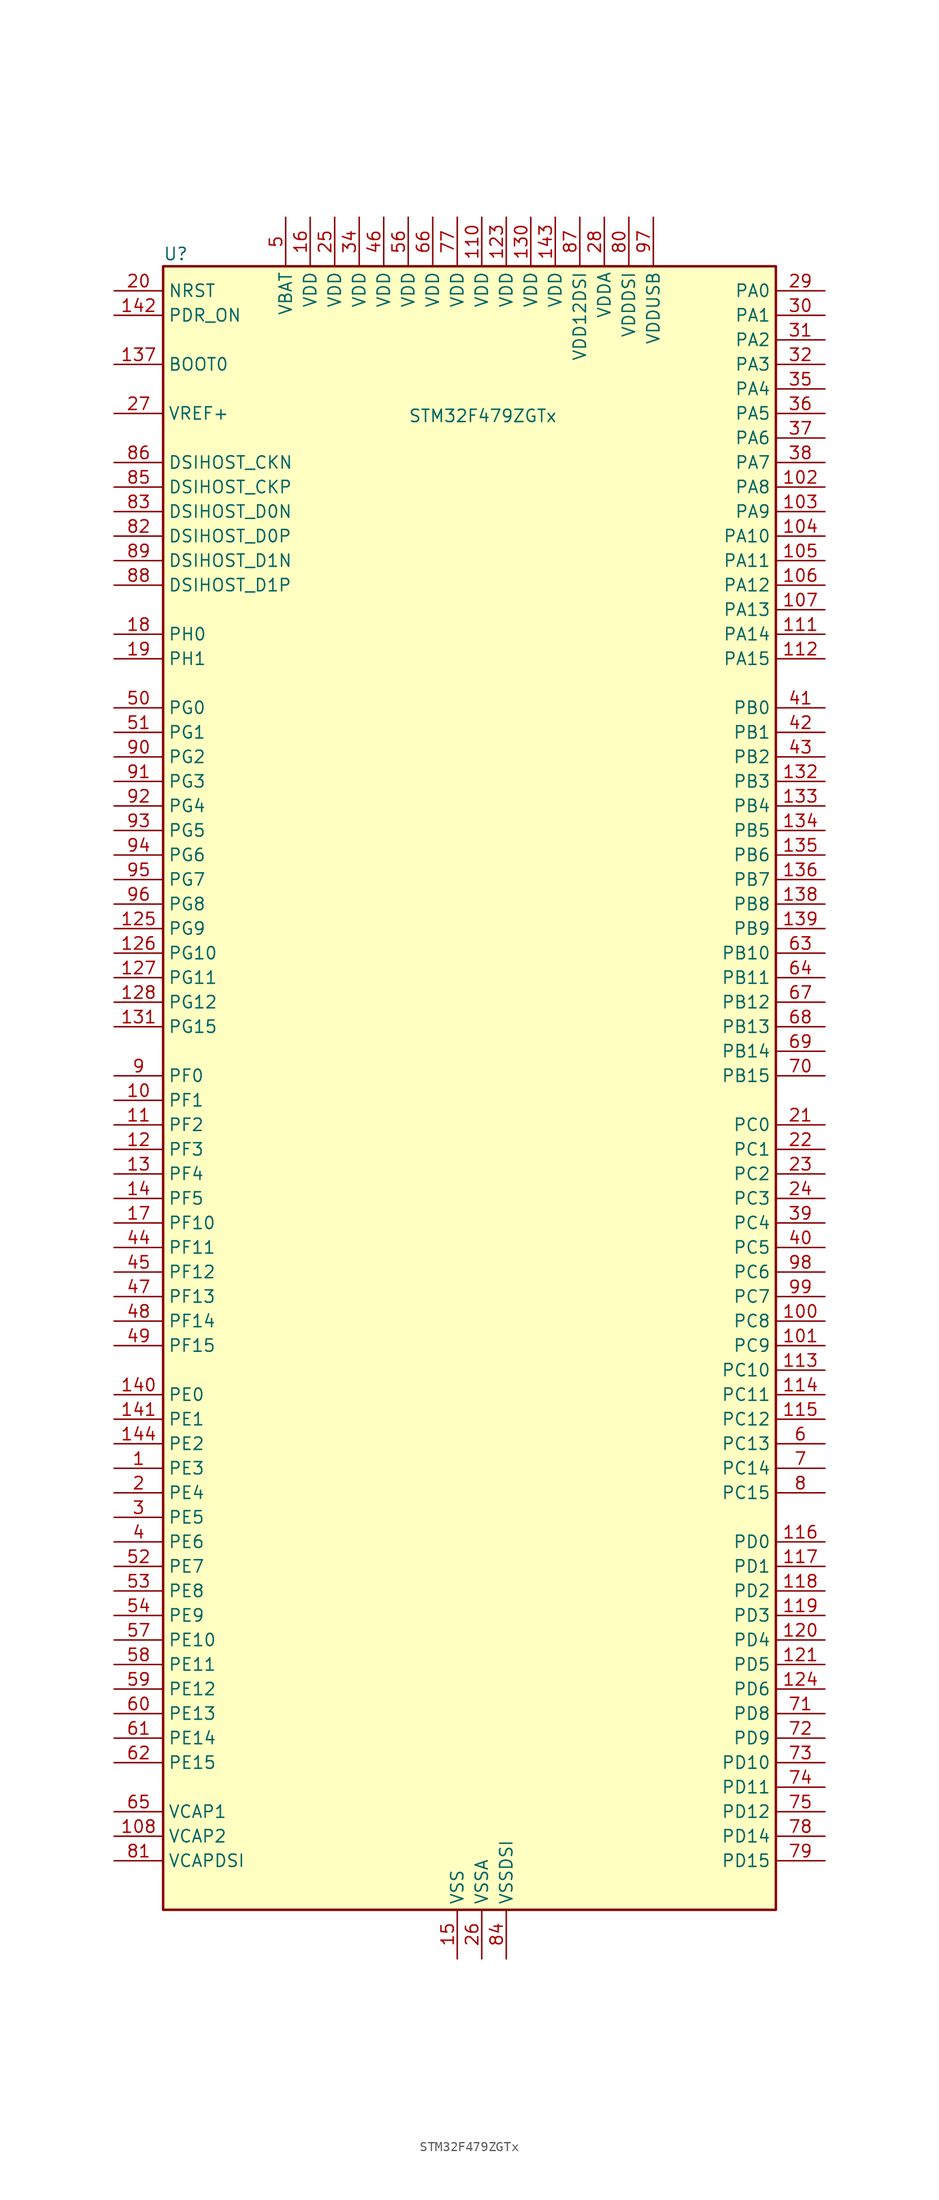
<source format=kicad_sym>
(kicad_symbol_lib
  (version 20231120)
  (generator "kicad_symbol_editor")
  (generator_version "8.0")
  (symbol "STM32F479ZGTx"
    (property "Reference" "U"
      (at -30.48 87.63 0)
      (effects (font (size 1.27 1.27)) (justify left)))
    (property "Value" "STM32F479ZGTx"
      (at -5.08 70.866 0)
      (effects (font (size 1.27 1.27)) (justify left)))
    (property "ki_locked" ""
      (at 0 0 0)
      (effects (font (size 1.27 1.27))))
    (symbol "STM32F479ZGTx_0_1"
      (rectangle (start -30.48 86.36) (end 33.02 -83.82) (stroke (width 0.254) (type default)) (fill (type background))))
    (symbol "STM32F479ZGTx_1_1"
      (pin bidirectional line (at -35.56 -38.1 0) (length 5.08) (name "PE3" (effects (font (size 1.27 1.27)))) (number "1" (effects (font (size 1.27 1.27)))) (alternate "FMC_A19" bidirectional line) (alternate "SAI1_SD_B" bidirectional line) (alternate "SYS_TRACED0" bidirectional line))
      (pin bidirectional line (at -35.56 0 0) (length 5.08) (name "PF1" (effects (font (size 1.27 1.27)))) (number "10" (effects (font (size 1.27 1.27)))) (alternate "FMC_A1" bidirectional line) (alternate "I2C2_SCL" bidirectional line))
      (pin bidirectional line (at 38.1 -22.86 180) (length 5.08) (name "PC8" (effects (font (size 1.27 1.27)))) (number "100" (effects (font (size 1.27 1.27)))) (alternate "DCMI_D2" bidirectional line) (alternate "SDIO_D0" bidirectional line) (alternate "SYS_TRACED1" bidirectional line) (alternate "TIM3_CH3" bidirectional line) (alternate "TIM8_CH3" bidirectional line) (alternate "USART6_CK" bidirectional line))
      (pin bidirectional line (at 38.1 -25.4 180) (length 5.08) (name "PC9" (effects (font (size 1.27 1.27)))) (number "101" (effects (font (size 1.27 1.27)))) (alternate "DAC_EXTI9" bidirectional line) (alternate "DCMI_D3" bidirectional line) (alternate "I2C3_SDA" bidirectional line) (alternate "I2S_CKIN" bidirectional line) (alternate "QUADSPI_BK1_IO0" bidirectional line) (alternate "RCC_MCO_2" bidirectional line) (alternate "SDIO_D1" bidirectional line) (alternate "TIM3_CH4" bidirectional line) (alternate "TIM8_CH4" bidirectional line))
      (pin bidirectional line (at 38.1 63.5 180) (length 5.08) (name "PA8" (effects (font (size 1.27 1.27)))) (number "102" (effects (font (size 1.27 1.27)))) (alternate "I2C3_SCL" bidirectional line) (alternate "LTDC_R6" bidirectional line) (alternate "RCC_MCO_1" bidirectional line) (alternate "TIM1_CH1" bidirectional line) (alternate "USART1_CK" bidirectional line) (alternate "USB_OTG_FS_SOF" bidirectional line))
      (pin bidirectional line (at 38.1 60.96 180) (length 5.08) (name "PA9" (effects (font (size 1.27 1.27)))) (number "103" (effects (font (size 1.27 1.27)))) (alternate "DAC_EXTI9" bidirectional line) (alternate "DCMI_D0" bidirectional line) (alternate "I2C3_SMBA" bidirectional line) (alternate "I2S2_CK" bidirectional line) (alternate "SPI2_SCK" bidirectional line) (alternate "TIM1_CH2" bidirectional line) (alternate "USART1_TX" bidirectional line) (alternate "USB_OTG_FS_VBUS" bidirectional line))
      (pin bidirectional line (at 38.1 58.42 180) (length 5.08) (name "PA10" (effects (font (size 1.27 1.27)))) (number "104" (effects (font (size 1.27 1.27)))) (alternate "DCMI_D1" bidirectional line) (alternate "TIM1_CH3" bidirectional line) (alternate "USART1_RX" bidirectional line) (alternate "USB_OTG_FS_ID" bidirectional line))
      (pin bidirectional line (at 38.1 55.88 180) (length 5.08) (name "PA11" (effects (font (size 1.27 1.27)))) (number "105" (effects (font (size 1.27 1.27)))) (alternate "ADC1_EXTI11" bidirectional line) (alternate "ADC2_EXTI11" bidirectional line) (alternate "ADC3_EXTI11" bidirectional line) (alternate "CAN1_RX" bidirectional line) (alternate "LTDC_R4" bidirectional line) (alternate "TIM1_CH4" bidirectional line) (alternate "USART1_CTS" bidirectional line) (alternate "USB_OTG_FS_DM" bidirectional line))
      (pin bidirectional line (at 38.1 53.34 180) (length 5.08) (name "PA12" (effects (font (size 1.27 1.27)))) (number "106" (effects (font (size 1.27 1.27)))) (alternate "CAN1_TX" bidirectional line) (alternate "LTDC_R5" bidirectional line) (alternate "TIM1_ETR" bidirectional line) (alternate "USART1_RTS" bidirectional line) (alternate "USB_OTG_FS_DP" bidirectional line))
      (pin bidirectional line (at 38.1 50.8 180) (length 5.08) (name "PA13" (effects (font (size 1.27 1.27)))) (number "107" (effects (font (size 1.27 1.27)))) (alternate "SYS_JTMS-SWDIO" bidirectional line))
      (pin power_out line (at -35.56 -76.2 0) (length 5.08) (name "VCAP2" (effects (font (size 1.27 1.27)))) (number "108" (effects (font (size 1.27 1.27)))))
      (pin passive line (at 0 -88.9 90) (length 5.08) hide (name "VSS" (effects (font (size 1.27 1.27)))) (number "109" (effects (font (size 1.27 1.27)))))
      (pin bidirectional line (at -35.56 -2.54 0) (length 5.08) (name "PF2" (effects (font (size 1.27 1.27)))) (number "11" (effects (font (size 1.27 1.27)))) (alternate "FMC_A2" bidirectional line) (alternate "I2C2_SMBA" bidirectional line))
      (pin power_in line (at 2.54 91.44 270) (length 5.08) (name "VDD" (effects (font (size 1.27 1.27)))) (number "110" (effects (font (size 1.27 1.27)))))
      (pin bidirectional line (at 38.1 48.26 180) (length 5.08) (name "PA14" (effects (font (size 1.27 1.27)))) (number "111" (effects (font (size 1.27 1.27)))) (alternate "SYS_JTCK-SWCLK" bidirectional line))
      (pin bidirectional line (at 38.1 45.72 180) (length 5.08) (name "PA15" (effects (font (size 1.27 1.27)))) (number "112" (effects (font (size 1.27 1.27)))) (alternate "ADC1_EXTI15" bidirectional line) (alternate "ADC2_EXTI15" bidirectional line) (alternate "ADC3_EXTI15" bidirectional line) (alternate "I2S3_WS" bidirectional line) (alternate "SPI1_NSS" bidirectional line) (alternate "SPI3_NSS" bidirectional line) (alternate "SYS_JTDI" bidirectional line) (alternate "TIM2_CH1" bidirectional line) (alternate "TIM2_ETR" bidirectional line))
      (pin bidirectional line (at 38.1 -27.94 180) (length 5.08) (name "PC10" (effects (font (size 1.27 1.27)))) (number "113" (effects (font (size 1.27 1.27)))) (alternate "DCMI_D8" bidirectional line) (alternate "I2S3_CK" bidirectional line) (alternate "LTDC_R2" bidirectional line) (alternate "QUADSPI_BK1_IO1" bidirectional line) (alternate "SDIO_D2" bidirectional line) (alternate "SPI3_SCK" bidirectional line) (alternate "UART4_TX" bidirectional line) (alternate "USART3_TX" bidirectional line))
      (pin bidirectional line (at 38.1 -30.48 180) (length 5.08) (name "PC11" (effects (font (size 1.27 1.27)))) (number "114" (effects (font (size 1.27 1.27)))) (alternate "ADC1_EXTI11" bidirectional line) (alternate "ADC2_EXTI11" bidirectional line) (alternate "ADC3_EXTI11" bidirectional line) (alternate "DCMI_D4" bidirectional line) (alternate "I2S3_ext_SD" bidirectional line) (alternate "QUADSPI_BK2_NCS" bidirectional line) (alternate "SDIO_D3" bidirectional line) (alternate "SPI3_MISO" bidirectional line) (alternate "UART4_RX" bidirectional line) (alternate "USART3_RX" bidirectional line))
      (pin bidirectional line (at 38.1 -33.02 180) (length 5.08) (name "PC12" (effects (font (size 1.27 1.27)))) (number "115" (effects (font (size 1.27 1.27)))) (alternate "DCMI_D9" bidirectional line) (alternate "I2S3_SD" bidirectional line) (alternate "SDIO_CK" bidirectional line) (alternate "SPI3_MOSI" bidirectional line) (alternate "SYS_TRACED3" bidirectional line) (alternate "UART5_TX" bidirectional line) (alternate "USART3_CK" bidirectional line))
      (pin bidirectional line (at 38.1 -45.72 180) (length 5.08) (name "PD0" (effects (font (size 1.27 1.27)))) (number "116" (effects (font (size 1.27 1.27)))) (alternate "CAN1_RX" bidirectional line) (alternate "FMC_D2" bidirectional line) (alternate "FMC_DA2" bidirectional line))
      (pin bidirectional line (at 38.1 -48.26 180) (length 5.08) (name "PD1" (effects (font (size 1.27 1.27)))) (number "117" (effects (font (size 1.27 1.27)))) (alternate "CAN1_TX" bidirectional line) (alternate "FMC_D3" bidirectional line) (alternate "FMC_DA3" bidirectional line))
      (pin bidirectional line (at 38.1 -50.8 180) (length 5.08) (name "PD2" (effects (font (size 1.27 1.27)))) (number "118" (effects (font (size 1.27 1.27)))) (alternate "DCMI_D11" bidirectional line) (alternate "SDIO_CMD" bidirectional line) (alternate "SYS_TRACED2" bidirectional line) (alternate "TIM3_ETR" bidirectional line) (alternate "UART5_RX" bidirectional line))
      (pin bidirectional line (at 38.1 -53.34 180) (length 5.08) (name "PD3" (effects (font (size 1.27 1.27)))) (number "119" (effects (font (size 1.27 1.27)))) (alternate "DCMI_D5" bidirectional line) (alternate "FMC_CLK" bidirectional line) (alternate "I2S2_CK" bidirectional line) (alternate "LTDC_G7" bidirectional line) (alternate "SPI2_SCK" bidirectional line) (alternate "USART2_CTS" bidirectional line))
      (pin bidirectional line (at -35.56 -5.08 0) (length 5.08) (name "PF3" (effects (font (size 1.27 1.27)))) (number "12" (effects (font (size 1.27 1.27)))) (alternate "ADC3_IN9" bidirectional line) (alternate "FMC_A3" bidirectional line))
      (pin bidirectional line (at 38.1 -55.88 180) (length 5.08) (name "PD4" (effects (font (size 1.27 1.27)))) (number "120" (effects (font (size 1.27 1.27)))) (alternate "FMC_NOE" bidirectional line) (alternate "USART2_RTS" bidirectional line))
      (pin bidirectional line (at 38.1 -58.42 180) (length 5.08) (name "PD5" (effects (font (size 1.27 1.27)))) (number "121" (effects (font (size 1.27 1.27)))) (alternate "FMC_NWE" bidirectional line) (alternate "USART2_TX" bidirectional line))
      (pin passive line (at 0 -88.9 90) (length 5.08) hide (name "VSS" (effects (font (size 1.27 1.27)))) (number "122" (effects (font (size 1.27 1.27)))))
      (pin power_in line (at 5.08 91.44 270) (length 5.08) (name "VDD" (effects (font (size 1.27 1.27)))) (number "123" (effects (font (size 1.27 1.27)))))
      (pin bidirectional line (at 38.1 -60.96 180) (length 5.08) (name "PD6" (effects (font (size 1.27 1.27)))) (number "124" (effects (font (size 1.27 1.27)))) (alternate "DCMI_D10" bidirectional line) (alternate "FMC_NWAIT" bidirectional line) (alternate "I2S3_SD" bidirectional line) (alternate "LTDC_B2" bidirectional line) (alternate "SAI1_SD_A" bidirectional line) (alternate "SPI3_MOSI" bidirectional line) (alternate "USART2_RX" bidirectional line))
      (pin bidirectional line (at -35.56 17.78 0) (length 5.08) (name "PG9" (effects (font (size 1.27 1.27)))) (number "125" (effects (font (size 1.27 1.27)))) (alternate "DAC_EXTI9" bidirectional line) (alternate "DCMI_VSYNC" bidirectional line) (alternate "FMC_NCE" bidirectional line) (alternate "FMC_NE2" bidirectional line) (alternate "QUADSPI_BK2_IO2" bidirectional line) (alternate "USART6_RX" bidirectional line))
      (pin bidirectional line (at -35.56 15.24 0) (length 5.08) (name "PG10" (effects (font (size 1.27 1.27)))) (number "126" (effects (font (size 1.27 1.27)))) (alternate "DCMI_D2" bidirectional line) (alternate "FMC_NE3" bidirectional line) (alternate "LTDC_B2" bidirectional line) (alternate "LTDC_G3" bidirectional line))
      (pin bidirectional line (at -35.56 12.7 0) (length 5.08) (name "PG11" (effects (font (size 1.27 1.27)))) (number "127" (effects (font (size 1.27 1.27)))) (alternate "ADC1_EXTI11" bidirectional line) (alternate "ADC2_EXTI11" bidirectional line) (alternate "ADC3_EXTI11" bidirectional line) (alternate "DCMI_D3" bidirectional line) (alternate "LTDC_B3" bidirectional line))
      (pin bidirectional line (at -35.56 10.16 0) (length 5.08) (name "PG12" (effects (font (size 1.27 1.27)))) (number "128" (effects (font (size 1.27 1.27)))) (alternate "FMC_NE4" bidirectional line) (alternate "LTDC_B1" bidirectional line) (alternate "LTDC_B4" bidirectional line) (alternate "USART6_RTS" bidirectional line))
      (pin passive line (at 0 -88.9 90) (length 5.08) hide (name "VSS" (effects (font (size 1.27 1.27)))) (number "129" (effects (font (size 1.27 1.27)))))
      (pin bidirectional line (at -35.56 -7.62 0) (length 5.08) (name "PF4" (effects (font (size 1.27 1.27)))) (number "13" (effects (font (size 1.27 1.27)))) (alternate "ADC3_IN14" bidirectional line) (alternate "FMC_A4" bidirectional line))
      (pin power_in line (at 7.62 91.44 270) (length 5.08) (name "VDD" (effects (font (size 1.27 1.27)))) (number "130" (effects (font (size 1.27 1.27)))))
      (pin bidirectional line (at -35.56 7.62 0) (length 5.08) (name "PG15" (effects (font (size 1.27 1.27)))) (number "131" (effects (font (size 1.27 1.27)))) (alternate "ADC1_EXTI15" bidirectional line) (alternate "ADC2_EXTI15" bidirectional line) (alternate "ADC3_EXTI15" bidirectional line) (alternate "DCMI_D13" bidirectional line) (alternate "FMC_SDNCAS" bidirectional line) (alternate "USART6_CTS" bidirectional line))
      (pin bidirectional line (at 38.1 33.02 180) (length 5.08) (name "PB3" (effects (font (size 1.27 1.27)))) (number "132" (effects (font (size 1.27 1.27)))) (alternate "I2S3_CK" bidirectional line) (alternate "SPI1_SCK" bidirectional line) (alternate "SPI3_SCK" bidirectional line) (alternate "SYS_JTDO-SWO" bidirectional line) (alternate "TIM2_CH2" bidirectional line))
      (pin bidirectional line (at 38.1 30.48 180) (length 5.08) (name "PB4" (effects (font (size 1.27 1.27)))) (number "133" (effects (font (size 1.27 1.27)))) (alternate "I2S3_ext_SD" bidirectional line) (alternate "SPI1_MISO" bidirectional line) (alternate "SPI3_MISO" bidirectional line) (alternate "SYS_JTRST" bidirectional line) (alternate "TIM3_CH1" bidirectional line))
      (pin bidirectional line (at 38.1 27.94 180) (length 5.08) (name "PB5" (effects (font (size 1.27 1.27)))) (number "134" (effects (font (size 1.27 1.27)))) (alternate "CAN2_RX" bidirectional line) (alternate "DCMI_D10" bidirectional line) (alternate "FMC_SDCKE1" bidirectional line) (alternate "I2C1_SMBA" bidirectional line) (alternate "I2S3_SD" bidirectional line) (alternate "LTDC_G7" bidirectional line) (alternate "SPI1_MOSI" bidirectional line) (alternate "SPI3_MOSI" bidirectional line) (alternate "TIM3_CH2" bidirectional line) (alternate "USB_OTG_HS_ULPI_D7" bidirectional line))
      (pin bidirectional line (at 38.1 25.4 180) (length 5.08) (name "PB6" (effects (font (size 1.27 1.27)))) (number "135" (effects (font (size 1.27 1.27)))) (alternate "CAN2_TX" bidirectional line) (alternate "DCMI_D5" bidirectional line) (alternate "FMC_SDNE1" bidirectional line) (alternate "I2C1_SCL" bidirectional line) (alternate "QUADSPI_BK1_NCS" bidirectional line) (alternate "TIM4_CH1" bidirectional line) (alternate "USART1_TX" bidirectional line))
      (pin bidirectional line (at 38.1 22.86 180) (length 5.08) (name "PB7" (effects (font (size 1.27 1.27)))) (number "136" (effects (font (size 1.27 1.27)))) (alternate "DCMI_VSYNC" bidirectional line) (alternate "FMC_NL" bidirectional line) (alternate "I2C1_SDA" bidirectional line) (alternate "TIM4_CH2" bidirectional line) (alternate "USART1_RX" bidirectional line))
      (pin input line (at -35.56 76.2 0) (length 5.08) (name "BOOT0" (effects (font (size 1.27 1.27)))) (number "137" (effects (font (size 1.27 1.27)))))
      (pin bidirectional line (at 38.1 20.32 180) (length 5.08) (name "PB8" (effects (font (size 1.27 1.27)))) (number "138" (effects (font (size 1.27 1.27)))) (alternate "CAN1_RX" bidirectional line) (alternate "DCMI_D6" bidirectional line) (alternate "I2C1_SCL" bidirectional line) (alternate "LTDC_B6" bidirectional line) (alternate "SDIO_D4" bidirectional line) (alternate "TIM10_CH1" bidirectional line) (alternate "TIM4_CH3" bidirectional line))
      (pin bidirectional line (at 38.1 17.78 180) (length 5.08) (name "PB9" (effects (font (size 1.27 1.27)))) (number "139" (effects (font (size 1.27 1.27)))) (alternate "CAN1_TX" bidirectional line) (alternate "DAC_EXTI9" bidirectional line) (alternate "DCMI_D7" bidirectional line) (alternate "I2C1_SDA" bidirectional line) (alternate "I2S2_WS" bidirectional line) (alternate "LTDC_B7" bidirectional line) (alternate "SDIO_D5" bidirectional line) (alternate "SPI2_NSS" bidirectional line) (alternate "TIM11_CH1" bidirectional line) (alternate "TIM4_CH4" bidirectional line))
      (pin bidirectional line (at -35.56 -10.16 0) (length 5.08) (name "PF5" (effects (font (size 1.27 1.27)))) (number "14" (effects (font (size 1.27 1.27)))) (alternate "ADC3_IN15" bidirectional line) (alternate "FMC_A5" bidirectional line))
      (pin bidirectional line (at -35.56 -30.48 0) (length 5.08) (name "PE0" (effects (font (size 1.27 1.27)))) (number "140" (effects (font (size 1.27 1.27)))) (alternate "DCMI_D2" bidirectional line) (alternate "FMC_NBL0" bidirectional line) (alternate "TIM4_ETR" bidirectional line) (alternate "UART8_RX" bidirectional line))
      (pin bidirectional line (at -35.56 -33.02 0) (length 5.08) (name "PE1" (effects (font (size 1.27 1.27)))) (number "141" (effects (font (size 1.27 1.27)))) (alternate "DCMI_D3" bidirectional line) (alternate "FMC_NBL1" bidirectional line) (alternate "UART8_TX" bidirectional line))
      (pin input line (at -35.56 81.28 0) (length 5.08) (name "PDR_ON" (effects (font (size 1.27 1.27)))) (number "142" (effects (font (size 1.27 1.27)))))
      (pin power_in line (at 10.16 91.44 270) (length 5.08) (name "VDD" (effects (font (size 1.27 1.27)))) (number "143" (effects (font (size 1.27 1.27)))))
      (pin bidirectional line (at -35.56 -35.56 0) (length 5.08) (name "PE2" (effects (font (size 1.27 1.27)))) (number "144" (effects (font (size 1.27 1.27)))) (alternate "FMC_A23" bidirectional line) (alternate "QUADSPI_BK1_IO2" bidirectional line) (alternate "SAI1_MCLK_A" bidirectional line) (alternate "SPI4_SCK" bidirectional line) (alternate "SYS_TRACECLK" bidirectional line))
      (pin power_in line (at 0 -88.9 90) (length 5.08) (name "VSS" (effects (font (size 1.27 1.27)))) (number "15" (effects (font (size 1.27 1.27)))))
      (pin power_in line (at -15.24 91.44 270) (length 5.08) (name "VDD" (effects (font (size 1.27 1.27)))) (number "16" (effects (font (size 1.27 1.27)))))
      (pin bidirectional line (at -35.56 -12.7 0) (length 5.08) (name "PF10" (effects (font (size 1.27 1.27)))) (number "17" (effects (font (size 1.27 1.27)))) (alternate "ADC3_IN8" bidirectional line) (alternate "DCMI_D11" bidirectional line) (alternate "LTDC_DE" bidirectional line) (alternate "QUADSPI_CLK" bidirectional line))
      (pin bidirectional line (at -35.56 48.26 0) (length 5.08) (name "PH0" (effects (font (size 1.27 1.27)))) (number "18" (effects (font (size 1.27 1.27)))) (alternate "RCC_OSC_IN" bidirectional line))
      (pin bidirectional line (at -35.56 45.72 0) (length 5.08) (name "PH1" (effects (font (size 1.27 1.27)))) (number "19" (effects (font (size 1.27 1.27)))) (alternate "RCC_OSC_OUT" bidirectional line))
      (pin bidirectional line (at -35.56 -40.64 0) (length 5.08) (name "PE4" (effects (font (size 1.27 1.27)))) (number "2" (effects (font (size 1.27 1.27)))) (alternate "DCMI_D4" bidirectional line) (alternate "FMC_A20" bidirectional line) (alternate "LTDC_B0" bidirectional line) (alternate "SAI1_FS_A" bidirectional line) (alternate "SPI4_NSS" bidirectional line) (alternate "SYS_TRACED1" bidirectional line))
      (pin input line (at -35.56 83.82 0) (length 5.08) (name "NRST" (effects (font (size 1.27 1.27)))) (number "20" (effects (font (size 1.27 1.27)))))
      (pin bidirectional line (at 38.1 -2.54 180) (length 5.08) (name "PC0" (effects (font (size 1.27 1.27)))) (number "21" (effects (font (size 1.27 1.27)))) (alternate "ADC1_IN10" bidirectional line) (alternate "ADC2_IN10" bidirectional line) (alternate "ADC3_IN10" bidirectional line) (alternate "FMC_SDNWE" bidirectional line) (alternate "LTDC_R5" bidirectional line) (alternate "USB_OTG_HS_ULPI_STP" bidirectional line))
      (pin bidirectional line (at 38.1 -5.08 180) (length 5.08) (name "PC1" (effects (font (size 1.27 1.27)))) (number "22" (effects (font (size 1.27 1.27)))) (alternate "ADC1_IN11" bidirectional line) (alternate "ADC2_IN11" bidirectional line) (alternate "ADC3_IN11" bidirectional line) (alternate "I2S2_SD" bidirectional line) (alternate "SAI1_SD_A" bidirectional line) (alternate "SPI2_MOSI" bidirectional line) (alternate "SYS_TRACED0" bidirectional line))
      (pin bidirectional line (at 38.1 -7.62 180) (length 5.08) (name "PC2" (effects (font (size 1.27 1.27)))) (number "23" (effects (font (size 1.27 1.27)))) (alternate "ADC1_IN12" bidirectional line) (alternate "ADC2_IN12" bidirectional line) (alternate "ADC3_IN12" bidirectional line) (alternate "FMC_SDNE0" bidirectional line) (alternate "I2S2_ext_SD" bidirectional line) (alternate "SPI2_MISO" bidirectional line) (alternate "USB_OTG_HS_ULPI_DIR" bidirectional line))
      (pin bidirectional line (at 38.1 -10.16 180) (length 5.08) (name "PC3" (effects (font (size 1.27 1.27)))) (number "24" (effects (font (size 1.27 1.27)))) (alternate "ADC1_IN13" bidirectional line) (alternate "ADC2_IN13" bidirectional line) (alternate "ADC3_IN13" bidirectional line) (alternate "FMC_SDCKE0" bidirectional line) (alternate "I2S2_SD" bidirectional line) (alternate "SPI2_MOSI" bidirectional line) (alternate "USB_OTG_HS_ULPI_NXT" bidirectional line))
      (pin power_in line (at -12.7 91.44 270) (length 5.08) (name "VDD" (effects (font (size 1.27 1.27)))) (number "25" (effects (font (size 1.27 1.27)))))
      (pin power_in line (at 2.54 -88.9 90) (length 5.08) (name "VSSA" (effects (font (size 1.27 1.27)))) (number "26" (effects (font (size 1.27 1.27)))))
      (pin input line (at -35.56 71.12 0) (length 5.08) (name "VREF+" (effects (font (size 1.27 1.27)))) (number "27" (effects (font (size 1.27 1.27)))))
      (pin power_in line (at 15.24 91.44 270) (length 5.08) (name "VDDA" (effects (font (size 1.27 1.27)))) (number "28" (effects (font (size 1.27 1.27)))))
      (pin bidirectional line (at 38.1 83.82 180) (length 5.08) (name "PA0" (effects (font (size 1.27 1.27)))) (number "29" (effects (font (size 1.27 1.27)))) (alternate "ADC1_IN0" bidirectional line) (alternate "ADC2_IN0" bidirectional line) (alternate "ADC3_IN0" bidirectional line) (alternate "SYS_WKUP" bidirectional line) (alternate "TIM2_CH1" bidirectional line) (alternate "TIM2_ETR" bidirectional line) (alternate "TIM5_CH1" bidirectional line) (alternate "TIM8_ETR" bidirectional line) (alternate "UART4_TX" bidirectional line) (alternate "USART2_CTS" bidirectional line))
      (pin bidirectional line (at -35.56 -43.18 0) (length 5.08) (name "PE5" (effects (font (size 1.27 1.27)))) (number "3" (effects (font (size 1.27 1.27)))) (alternate "DCMI_D6" bidirectional line) (alternate "FMC_A21" bidirectional line) (alternate "LTDC_G0" bidirectional line) (alternate "SAI1_SCK_A" bidirectional line) (alternate "SPI4_MISO" bidirectional line) (alternate "SYS_TRACED2" bidirectional line) (alternate "TIM9_CH1" bidirectional line))
      (pin bidirectional line (at 38.1 81.28 180) (length 5.08) (name "PA1" (effects (font (size 1.27 1.27)))) (number "30" (effects (font (size 1.27 1.27)))) (alternate "ADC1_IN1" bidirectional line) (alternate "ADC2_IN1" bidirectional line) (alternate "ADC3_IN1" bidirectional line) (alternate "LTDC_R2" bidirectional line) (alternate "QUADSPI_BK1_IO3" bidirectional line) (alternate "TIM2_CH2" bidirectional line) (alternate "TIM5_CH2" bidirectional line) (alternate "UART4_RX" bidirectional line) (alternate "USART2_RTS" bidirectional line))
      (pin bidirectional line (at 38.1 78.74 180) (length 5.08) (name "PA2" (effects (font (size 1.27 1.27)))) (number "31" (effects (font (size 1.27 1.27)))) (alternate "ADC1_IN2" bidirectional line) (alternate "ADC2_IN2" bidirectional line) (alternate "ADC3_IN2" bidirectional line) (alternate "LTDC_R1" bidirectional line) (alternate "TIM2_CH3" bidirectional line) (alternate "TIM5_CH3" bidirectional line) (alternate "TIM9_CH1" bidirectional line) (alternate "USART2_TX" bidirectional line))
      (pin bidirectional line (at 38.1 76.2 180) (length 5.08) (name "PA3" (effects (font (size 1.27 1.27)))) (number "32" (effects (font (size 1.27 1.27)))) (alternate "ADC1_IN3" bidirectional line) (alternate "ADC2_IN3" bidirectional line) (alternate "ADC3_IN3" bidirectional line) (alternate "LTDC_B2" bidirectional line) (alternate "LTDC_B5" bidirectional line) (alternate "TIM2_CH4" bidirectional line) (alternate "TIM5_CH4" bidirectional line) (alternate "TIM9_CH2" bidirectional line) (alternate "USART2_RX" bidirectional line) (alternate "USB_OTG_HS_ULPI_D0" bidirectional line))
      (pin passive line (at 0 -88.9 90) (length 5.08) hide (name "VSS" (effects (font (size 1.27 1.27)))) (number "33" (effects (font (size 1.27 1.27)))))
      (pin power_in line (at -10.16 91.44 270) (length 5.08) (name "VDD" (effects (font (size 1.27 1.27)))) (number "34" (effects (font (size 1.27 1.27)))))
      (pin bidirectional line (at 38.1 73.66 180) (length 5.08) (name "PA4" (effects (font (size 1.27 1.27)))) (number "35" (effects (font (size 1.27 1.27)))) (alternate "ADC1_IN4" bidirectional line) (alternate "ADC2_IN4" bidirectional line) (alternate "DAC_OUT1" bidirectional line) (alternate "DCMI_HSYNC" bidirectional line) (alternate "I2S3_WS" bidirectional line) (alternate "LTDC_VSYNC" bidirectional line) (alternate "SPI1_NSS" bidirectional line) (alternate "SPI3_NSS" bidirectional line) (alternate "USART2_CK" bidirectional line) (alternate "USB_OTG_HS_SOF" bidirectional line))
      (pin bidirectional line (at 38.1 71.12 180) (length 5.08) (name "PA5" (effects (font (size 1.27 1.27)))) (number "36" (effects (font (size 1.27 1.27)))) (alternate "ADC1_IN5" bidirectional line) (alternate "ADC2_IN5" bidirectional line) (alternate "DAC_OUT2" bidirectional line) (alternate "LTDC_R4" bidirectional line) (alternate "SPI1_SCK" bidirectional line) (alternate "TIM2_CH1" bidirectional line) (alternate "TIM2_ETR" bidirectional line) (alternate "TIM8_CH1N" bidirectional line) (alternate "USB_OTG_HS_ULPI_CK" bidirectional line))
      (pin bidirectional line (at 38.1 68.58 180) (length 5.08) (name "PA6" (effects (font (size 1.27 1.27)))) (number "37" (effects (font (size 1.27 1.27)))) (alternate "ADC1_IN6" bidirectional line) (alternate "ADC2_IN6" bidirectional line) (alternate "DCMI_PIXCLK" bidirectional line) (alternate "LTDC_G2" bidirectional line) (alternate "SPI1_MISO" bidirectional line) (alternate "TIM13_CH1" bidirectional line) (alternate "TIM1_BKIN" bidirectional line) (alternate "TIM3_CH1" bidirectional line) (alternate "TIM8_BKIN" bidirectional line))
      (pin bidirectional line (at 38.1 66.04 180) (length 5.08) (name "PA7" (effects (font (size 1.27 1.27)))) (number "38" (effects (font (size 1.27 1.27)))) (alternate "ADC1_IN7" bidirectional line) (alternate "ADC2_IN7" bidirectional line) (alternate "FMC_SDNWE" bidirectional line) (alternate "QUADSPI_CLK" bidirectional line) (alternate "SPI1_MOSI" bidirectional line) (alternate "TIM14_CH1" bidirectional line) (alternate "TIM1_CH1N" bidirectional line) (alternate "TIM3_CH2" bidirectional line) (alternate "TIM8_CH1N" bidirectional line))
      (pin bidirectional line (at 38.1 -12.7 180) (length 5.08) (name "PC4" (effects (font (size 1.27 1.27)))) (number "39" (effects (font (size 1.27 1.27)))) (alternate "ADC1_IN14" bidirectional line) (alternate "ADC2_IN14" bidirectional line) (alternate "FMC_SDNE0" bidirectional line))
      (pin bidirectional line (at -35.56 -45.72 0) (length 5.08) (name "PE6" (effects (font (size 1.27 1.27)))) (number "4" (effects (font (size 1.27 1.27)))) (alternate "DCMI_D7" bidirectional line) (alternate "FMC_A22" bidirectional line) (alternate "LTDC_G1" bidirectional line) (alternate "SAI1_SD_A" bidirectional line) (alternate "SPI4_MOSI" bidirectional line) (alternate "SYS_TRACED3" bidirectional line) (alternate "TIM9_CH2" bidirectional line))
      (pin bidirectional line (at 38.1 -15.24 180) (length 5.08) (name "PC5" (effects (font (size 1.27 1.27)))) (number "40" (effects (font (size 1.27 1.27)))) (alternate "ADC1_IN15" bidirectional line) (alternate "ADC2_IN15" bidirectional line) (alternate "FMC_SDCKE0" bidirectional line))
      (pin bidirectional line (at 38.1 40.64 180) (length 5.08) (name "PB0" (effects (font (size 1.27 1.27)))) (number "41" (effects (font (size 1.27 1.27)))) (alternate "ADC1_IN8" bidirectional line) (alternate "ADC2_IN8" bidirectional line) (alternate "LTDC_G1" bidirectional line) (alternate "LTDC_R3" bidirectional line) (alternate "TIM1_CH2N" bidirectional line) (alternate "TIM3_CH3" bidirectional line) (alternate "TIM8_CH2N" bidirectional line) (alternate "USB_OTG_HS_ULPI_D1" bidirectional line))
      (pin bidirectional line (at 38.1 38.1 180) (length 5.08) (name "PB1" (effects (font (size 1.27 1.27)))) (number "42" (effects (font (size 1.27 1.27)))) (alternate "ADC1_IN9" bidirectional line) (alternate "ADC2_IN9" bidirectional line) (alternate "LTDC_G0" bidirectional line) (alternate "LTDC_R6" bidirectional line) (alternate "TIM1_CH3N" bidirectional line) (alternate "TIM3_CH4" bidirectional line) (alternate "TIM8_CH3N" bidirectional line) (alternate "USB_OTG_HS_ULPI_D2" bidirectional line))
      (pin bidirectional line (at 38.1 35.56 180) (length 5.08) (name "PB2" (effects (font (size 1.27 1.27)))) (number "43" (effects (font (size 1.27 1.27)))))
      (pin bidirectional line (at -35.56 -15.24 0) (length 5.08) (name "PF11" (effects (font (size 1.27 1.27)))) (number "44" (effects (font (size 1.27 1.27)))) (alternate "ADC1_EXTI11" bidirectional line) (alternate "ADC2_EXTI11" bidirectional line) (alternate "ADC3_EXTI11" bidirectional line) (alternate "DCMI_D12" bidirectional line) (alternate "FMC_SDNRAS" bidirectional line))
      (pin bidirectional line (at -35.56 -17.78 0) (length 5.08) (name "PF12" (effects (font (size 1.27 1.27)))) (number "45" (effects (font (size 1.27 1.27)))) (alternate "FMC_A6" bidirectional line))
      (pin power_in line (at -7.62 91.44 270) (length 5.08) (name "VDD" (effects (font (size 1.27 1.27)))) (number "46" (effects (font (size 1.27 1.27)))))
      (pin bidirectional line (at -35.56 -20.32 0) (length 5.08) (name "PF13" (effects (font (size 1.27 1.27)))) (number "47" (effects (font (size 1.27 1.27)))) (alternate "FMC_A7" bidirectional line))
      (pin bidirectional line (at -35.56 -22.86 0) (length 5.08) (name "PF14" (effects (font (size 1.27 1.27)))) (number "48" (effects (font (size 1.27 1.27)))) (alternate "FMC_A8" bidirectional line))
      (pin bidirectional line (at -35.56 -25.4 0) (length 5.08) (name "PF15" (effects (font (size 1.27 1.27)))) (number "49" (effects (font (size 1.27 1.27)))) (alternate "ADC1_EXTI15" bidirectional line) (alternate "ADC2_EXTI15" bidirectional line) (alternate "ADC3_EXTI15" bidirectional line) (alternate "FMC_A9" bidirectional line))
      (pin power_in line (at -17.78 91.44 270) (length 5.08) (name "VBAT" (effects (font (size 1.27 1.27)))) (number "5" (effects (font (size 1.27 1.27)))))
      (pin bidirectional line (at -35.56 40.64 0) (length 5.08) (name "PG0" (effects (font (size 1.27 1.27)))) (number "50" (effects (font (size 1.27 1.27)))) (alternate "FMC_A10" bidirectional line))
      (pin bidirectional line (at -35.56 38.1 0) (length 5.08) (name "PG1" (effects (font (size 1.27 1.27)))) (number "51" (effects (font (size 1.27 1.27)))) (alternate "FMC_A11" bidirectional line))
      (pin bidirectional line (at -35.56 -48.26 0) (length 5.08) (name "PE7" (effects (font (size 1.27 1.27)))) (number "52" (effects (font (size 1.27 1.27)))) (alternate "FMC_D4" bidirectional line) (alternate "FMC_DA4" bidirectional line) (alternate "QUADSPI_BK2_IO0" bidirectional line) (alternate "TIM1_ETR" bidirectional line) (alternate "UART7_RX" bidirectional line))
      (pin bidirectional line (at -35.56 -50.8 0) (length 5.08) (name "PE8" (effects (font (size 1.27 1.27)))) (number "53" (effects (font (size 1.27 1.27)))) (alternate "FMC_D5" bidirectional line) (alternate "FMC_DA5" bidirectional line) (alternate "QUADSPI_BK2_IO1" bidirectional line) (alternate "TIM1_CH1N" bidirectional line) (alternate "UART7_TX" bidirectional line))
      (pin bidirectional line (at -35.56 -53.34 0) (length 5.08) (name "PE9" (effects (font (size 1.27 1.27)))) (number "54" (effects (font (size 1.27 1.27)))) (alternate "DAC_EXTI9" bidirectional line) (alternate "FMC_D6" bidirectional line) (alternate "FMC_DA6" bidirectional line) (alternate "QUADSPI_BK2_IO2" bidirectional line) (alternate "TIM1_CH1" bidirectional line))
      (pin passive line (at 0 -88.9 90) (length 5.08) hide (name "VSS" (effects (font (size 1.27 1.27)))) (number "55" (effects (font (size 1.27 1.27)))))
      (pin power_in line (at -5.08 91.44 270) (length 5.08) (name "VDD" (effects (font (size 1.27 1.27)))) (number "56" (effects (font (size 1.27 1.27)))))
      (pin bidirectional line (at -35.56 -55.88 0) (length 5.08) (name "PE10" (effects (font (size 1.27 1.27)))) (number "57" (effects (font (size 1.27 1.27)))) (alternate "FMC_D7" bidirectional line) (alternate "FMC_DA7" bidirectional line) (alternate "QUADSPI_BK2_IO3" bidirectional line) (alternate "TIM1_CH2N" bidirectional line))
      (pin bidirectional line (at -35.56 -58.42 0) (length 5.08) (name "PE11" (effects (font (size 1.27 1.27)))) (number "58" (effects (font (size 1.27 1.27)))) (alternate "ADC1_EXTI11" bidirectional line) (alternate "ADC2_EXTI11" bidirectional line) (alternate "ADC3_EXTI11" bidirectional line) (alternate "FMC_D8" bidirectional line) (alternate "FMC_DA8" bidirectional line) (alternate "LTDC_G3" bidirectional line) (alternate "SPI4_NSS" bidirectional line) (alternate "TIM1_CH2" bidirectional line))
      (pin bidirectional line (at -35.56 -60.96 0) (length 5.08) (name "PE12" (effects (font (size 1.27 1.27)))) (number "59" (effects (font (size 1.27 1.27)))) (alternate "FMC_D9" bidirectional line) (alternate "FMC_DA9" bidirectional line) (alternate "LTDC_B4" bidirectional line) (alternate "SPI4_SCK" bidirectional line) (alternate "TIM1_CH3N" bidirectional line))
      (pin bidirectional line (at 38.1 -35.56 180) (length 5.08) (name "PC13" (effects (font (size 1.27 1.27)))) (number "6" (effects (font (size 1.27 1.27)))) (alternate "RTC_AF1" bidirectional line))
      (pin bidirectional line (at -35.56 -63.5 0) (length 5.08) (name "PE13" (effects (font (size 1.27 1.27)))) (number "60" (effects (font (size 1.27 1.27)))) (alternate "FMC_D10" bidirectional line) (alternate "FMC_DA10" bidirectional line) (alternate "LTDC_DE" bidirectional line) (alternate "SPI4_MISO" bidirectional line) (alternate "TIM1_CH3" bidirectional line))
      (pin bidirectional line (at -35.56 -66.04 0) (length 5.08) (name "PE14" (effects (font (size 1.27 1.27)))) (number "61" (effects (font (size 1.27 1.27)))) (alternate "FMC_D11" bidirectional line) (alternate "FMC_DA11" bidirectional line) (alternate "LTDC_CLK" bidirectional line) (alternate "SPI4_MOSI" bidirectional line) (alternate "TIM1_CH4" bidirectional line))
      (pin bidirectional line (at -35.56 -68.58 0) (length 5.08) (name "PE15" (effects (font (size 1.27 1.27)))) (number "62" (effects (font (size 1.27 1.27)))) (alternate "ADC1_EXTI15" bidirectional line) (alternate "ADC2_EXTI15" bidirectional line) (alternate "ADC3_EXTI15" bidirectional line) (alternate "FMC_D12" bidirectional line) (alternate "FMC_DA12" bidirectional line) (alternate "LTDC_R7" bidirectional line) (alternate "TIM1_BKIN" bidirectional line))
      (pin bidirectional line (at 38.1 15.24 180) (length 5.08) (name "PB10" (effects (font (size 1.27 1.27)))) (number "63" (effects (font (size 1.27 1.27)))) (alternate "I2C2_SCL" bidirectional line) (alternate "I2S2_CK" bidirectional line) (alternate "LTDC_G4" bidirectional line) (alternate "QUADSPI_BK1_NCS" bidirectional line) (alternate "SPI2_SCK" bidirectional line) (alternate "TIM2_CH3" bidirectional line) (alternate "USART3_TX" bidirectional line) (alternate "USB_OTG_HS_ULPI_D3" bidirectional line))
      (pin bidirectional line (at 38.1 12.7 180) (length 5.08) (name "PB11" (effects (font (size 1.27 1.27)))) (number "64" (effects (font (size 1.27 1.27)))) (alternate "ADC1_EXTI11" bidirectional line) (alternate "ADC2_EXTI11" bidirectional line) (alternate "ADC3_EXTI11" bidirectional line) (alternate "DSIHOST_TE" bidirectional line) (alternate "I2C2_SDA" bidirectional line) (alternate "LTDC_G5" bidirectional line) (alternate "TIM2_CH4" bidirectional line) (alternate "USART3_RX" bidirectional line) (alternate "USB_OTG_HS_ULPI_D4" bidirectional line))
      (pin power_out line (at -35.56 -73.66 0) (length 5.08) (name "VCAP1" (effects (font (size 1.27 1.27)))) (number "65" (effects (font (size 1.27 1.27)))))
      (pin power_in line (at -2.54 91.44 270) (length 5.08) (name "VDD" (effects (font (size 1.27 1.27)))) (number "66" (effects (font (size 1.27 1.27)))))
      (pin bidirectional line (at 38.1 10.16 180) (length 5.08) (name "PB12" (effects (font (size 1.27 1.27)))) (number "67" (effects (font (size 1.27 1.27)))) (alternate "CAN2_RX" bidirectional line) (alternate "I2C2_SMBA" bidirectional line) (alternate "I2S2_WS" bidirectional line) (alternate "SPI2_NSS" bidirectional line) (alternate "TIM1_BKIN" bidirectional line) (alternate "USART3_CK" bidirectional line) (alternate "USB_OTG_HS_ID" bidirectional line) (alternate "USB_OTG_HS_ULPI_D5" bidirectional line))
      (pin bidirectional line (at 38.1 7.62 180) (length 5.08) (name "PB13" (effects (font (size 1.27 1.27)))) (number "68" (effects (font (size 1.27 1.27)))) (alternate "CAN2_TX" bidirectional line) (alternate "I2S2_CK" bidirectional line) (alternate "SPI2_SCK" bidirectional line) (alternate "TIM1_CH1N" bidirectional line) (alternate "USART3_CTS" bidirectional line) (alternate "USB_OTG_HS_ULPI_D6" bidirectional line) (alternate "USB_OTG_HS_VBUS" bidirectional line))
      (pin bidirectional line (at 38.1 5.08 180) (length 5.08) (name "PB14" (effects (font (size 1.27 1.27)))) (number "69" (effects (font (size 1.27 1.27)))) (alternate "I2S2_ext_SD" bidirectional line) (alternate "SPI2_MISO" bidirectional line) (alternate "TIM12_CH1" bidirectional line) (alternate "TIM1_CH2N" bidirectional line) (alternate "TIM8_CH2N" bidirectional line) (alternate "USART3_RTS" bidirectional line) (alternate "USB_OTG_HS_DM" bidirectional line))
      (pin bidirectional line (at 38.1 -38.1 180) (length 5.08) (name "PC14" (effects (font (size 1.27 1.27)))) (number "7" (effects (font (size 1.27 1.27)))) (alternate "RCC_OSC32_IN" bidirectional line))
      (pin bidirectional line (at 38.1 2.54 180) (length 5.08) (name "PB15" (effects (font (size 1.27 1.27)))) (number "70" (effects (font (size 1.27 1.27)))) (alternate "ADC1_EXTI15" bidirectional line) (alternate "ADC2_EXTI15" bidirectional line) (alternate "ADC3_EXTI15" bidirectional line) (alternate "I2S2_SD" bidirectional line) (alternate "RTC_REFIN" bidirectional line) (alternate "SPI2_MOSI" bidirectional line) (alternate "TIM12_CH2" bidirectional line) (alternate "TIM1_CH3N" bidirectional line) (alternate "TIM8_CH3N" bidirectional line) (alternate "USB_OTG_HS_DP" bidirectional line))
      (pin bidirectional line (at 38.1 -63.5 180) (length 5.08) (name "PD8" (effects (font (size 1.27 1.27)))) (number "71" (effects (font (size 1.27 1.27)))) (alternate "FMC_D13" bidirectional line) (alternate "FMC_DA13" bidirectional line) (alternate "USART3_TX" bidirectional line))
      (pin bidirectional line (at 38.1 -66.04 180) (length 5.08) (name "PD9" (effects (font (size 1.27 1.27)))) (number "72" (effects (font (size 1.27 1.27)))) (alternate "DAC_EXTI9" bidirectional line) (alternate "FMC_D14" bidirectional line) (alternate "FMC_DA14" bidirectional line) (alternate "USART3_RX" bidirectional line))
      (pin bidirectional line (at 38.1 -68.58 180) (length 5.08) (name "PD10" (effects (font (size 1.27 1.27)))) (number "73" (effects (font (size 1.27 1.27)))) (alternate "FMC_D15" bidirectional line) (alternate "FMC_DA15" bidirectional line) (alternate "LTDC_B3" bidirectional line) (alternate "USART3_CK" bidirectional line))
      (pin bidirectional line (at 38.1 -71.12 180) (length 5.08) (name "PD11" (effects (font (size 1.27 1.27)))) (number "74" (effects (font (size 1.27 1.27)))) (alternate "ADC1_EXTI11" bidirectional line) (alternate "ADC2_EXTI11" bidirectional line) (alternate "ADC3_EXTI11" bidirectional line) (alternate "FMC_A16" bidirectional line) (alternate "FMC_CLE" bidirectional line) (alternate "QUADSPI_BK1_IO0" bidirectional line) (alternate "USART3_CTS" bidirectional line))
      (pin bidirectional line (at 38.1 -73.66 180) (length 5.08) (name "PD12" (effects (font (size 1.27 1.27)))) (number "75" (effects (font (size 1.27 1.27)))) (alternate "FMC_A17" bidirectional line) (alternate "FMC_ALE" bidirectional line) (alternate "QUADSPI_BK1_IO1" bidirectional line) (alternate "TIM4_CH1" bidirectional line) (alternate "USART3_RTS" bidirectional line))
      (pin passive line (at 0 -88.9 90) (length 5.08) hide (name "VSS" (effects (font (size 1.27 1.27)))) (number "76" (effects (font (size 1.27 1.27)))))
      (pin power_in line (at 0 91.44 270) (length 5.08) (name "VDD" (effects (font (size 1.27 1.27)))) (number "77" (effects (font (size 1.27 1.27)))))
      (pin bidirectional line (at 38.1 -76.2 180) (length 5.08) (name "PD14" (effects (font (size 1.27 1.27)))) (number "78" (effects (font (size 1.27 1.27)))) (alternate "FMC_D0" bidirectional line) (alternate "FMC_DA0" bidirectional line) (alternate "TIM4_CH3" bidirectional line))
      (pin bidirectional line (at 38.1 -78.74 180) (length 5.08) (name "PD15" (effects (font (size 1.27 1.27)))) (number "79" (effects (font (size 1.27 1.27)))) (alternate "ADC1_EXTI15" bidirectional line) (alternate "ADC2_EXTI15" bidirectional line) (alternate "ADC3_EXTI15" bidirectional line) (alternate "FMC_D1" bidirectional line) (alternate "FMC_DA1" bidirectional line) (alternate "TIM4_CH4" bidirectional line))
      (pin bidirectional line (at 38.1 -40.64 180) (length 5.08) (name "PC15" (effects (font (size 1.27 1.27)))) (number "8" (effects (font (size 1.27 1.27)))) (alternate "ADC1_EXTI15" bidirectional line) (alternate "ADC2_EXTI15" bidirectional line) (alternate "ADC3_EXTI15" bidirectional line) (alternate "RCC_OSC32_OUT" bidirectional line))
      (pin power_in line (at 17.78 91.44 270) (length 5.08) (name "VDDDSI" (effects (font (size 1.27 1.27)))) (number "80" (effects (font (size 1.27 1.27)))))
      (pin power_out line (at -35.56 -78.74 0) (length 5.08) (name "VCAPDSI" (effects (font (size 1.27 1.27)))) (number "81" (effects (font (size 1.27 1.27)))))
      (pin bidirectional line (at -35.56 58.42 0) (length 5.08) (name "DSIHOST_D0P" (effects (font (size 1.27 1.27)))) (number "82" (effects (font (size 1.27 1.27)))) (alternate "DSIHOST_D0P" bidirectional line))
      (pin bidirectional line (at -35.56 60.96 0) (length 5.08) (name "DSIHOST_D0N" (effects (font (size 1.27 1.27)))) (number "83" (effects (font (size 1.27 1.27)))) (alternate "DSIHOST_D0N" bidirectional line))
      (pin power_in line (at 5.08 -88.9 90) (length 5.08) (name "VSSDSI" (effects (font (size 1.27 1.27)))) (number "84" (effects (font (size 1.27 1.27)))))
      (pin bidirectional line (at -35.56 63.5 0) (length 5.08) (name "DSIHOST_CKP" (effects (font (size 1.27 1.27)))) (number "85" (effects (font (size 1.27 1.27)))) (alternate "DSIHOST_CKP" bidirectional line))
      (pin bidirectional line (at -35.56 66.04 0) (length 5.08) (name "DSIHOST_CKN" (effects (font (size 1.27 1.27)))) (number "86" (effects (font (size 1.27 1.27)))) (alternate "DSIHOST_CKN" bidirectional line))
      (pin power_in line (at 12.7 91.44 270) (length 5.08) (name "VDD12DSI" (effects (font (size 1.27 1.27)))) (number "87" (effects (font (size 1.27 1.27)))))
      (pin bidirectional line (at -35.56 53.34 0) (length 5.08) (name "DSIHOST_D1P" (effects (font (size 1.27 1.27)))) (number "88" (effects (font (size 1.27 1.27)))) (alternate "DSIHOST_D1P" bidirectional line))
      (pin bidirectional line (at -35.56 55.88 0) (length 5.08) (name "DSIHOST_D1N" (effects (font (size 1.27 1.27)))) (number "89" (effects (font (size 1.27 1.27)))) (alternate "DSIHOST_D1N" bidirectional line))
      (pin bidirectional line (at -35.56 2.54 0) (length 5.08) (name "PF0" (effects (font (size 1.27 1.27)))) (number "9" (effects (font (size 1.27 1.27)))) (alternate "FMC_A0" bidirectional line) (alternate "I2C2_SDA" bidirectional line))
      (pin bidirectional line (at -35.56 35.56 0) (length 5.08) (name "PG2" (effects (font (size 1.27 1.27)))) (number "90" (effects (font (size 1.27 1.27)))) (alternate "FMC_A12" bidirectional line))
      (pin bidirectional line (at -35.56 33.02 0) (length 5.08) (name "PG3" (effects (font (size 1.27 1.27)))) (number "91" (effects (font (size 1.27 1.27)))) (alternate "FMC_A13" bidirectional line))
      (pin bidirectional line (at -35.56 30.48 0) (length 5.08) (name "PG4" (effects (font (size 1.27 1.27)))) (number "92" (effects (font (size 1.27 1.27)))) (alternate "FMC_A14" bidirectional line) (alternate "FMC_BA0" bidirectional line))
      (pin bidirectional line (at -35.56 27.94 0) (length 5.08) (name "PG5" (effects (font (size 1.27 1.27)))) (number "93" (effects (font (size 1.27 1.27)))) (alternate "FMC_A15" bidirectional line) (alternate "FMC_BA1" bidirectional line))
      (pin bidirectional line (at -35.56 25.4 0) (length 5.08) (name "PG6" (effects (font (size 1.27 1.27)))) (number "94" (effects (font (size 1.27 1.27)))) (alternate "DCMI_D12" bidirectional line) (alternate "LTDC_R7" bidirectional line))
      (pin bidirectional line (at -35.56 22.86 0) (length 5.08) (name "PG7" (effects (font (size 1.27 1.27)))) (number "95" (effects (font (size 1.27 1.27)))) (alternate "DCMI_D13" bidirectional line) (alternate "FMC_INT" bidirectional line) (alternate "LTDC_CLK" bidirectional line) (alternate "SAI1_MCLK_A" bidirectional line) (alternate "USART6_CK" bidirectional line))
      (pin bidirectional line (at -35.56 20.32 0) (length 5.08) (name "PG8" (effects (font (size 1.27 1.27)))) (number "96" (effects (font (size 1.27 1.27)))) (alternate "FMC_SDCLK" bidirectional line) (alternate "LTDC_G7" bidirectional line) (alternate "USART6_RTS" bidirectional line))
      (pin power_in line (at 20.32 91.44 270) (length 5.08) (name "VDDUSB" (effects (font (size 1.27 1.27)))) (number "97" (effects (font (size 1.27 1.27)))))
      (pin bidirectional line (at 38.1 -17.78 180) (length 5.08) (name "PC6" (effects (font (size 1.27 1.27)))) (number "98" (effects (font (size 1.27 1.27)))) (alternate "DCMI_D0" bidirectional line) (alternate "I2S2_MCK" bidirectional line) (alternate "LTDC_HSYNC" bidirectional line) (alternate "SDIO_D6" bidirectional line) (alternate "TIM3_CH1" bidirectional line) (alternate "TIM8_CH1" bidirectional line) (alternate "USART6_TX" bidirectional line))
      (pin bidirectional line (at 38.1 -20.32 180) (length 5.08) (name "PC7" (effects (font (size 1.27 1.27)))) (number "99" (effects (font (size 1.27 1.27)))) (alternate "DCMI_D1" bidirectional line) (alternate "I2S3_MCK" bidirectional line) (alternate "LTDC_G6" bidirectional line) (alternate "SDIO_D7" bidirectional line) (alternate "TIM3_CH2" bidirectional line) (alternate "TIM8_CH2" bidirectional line) (alternate "USART6_RX" bidirectional line)))))
</source>
